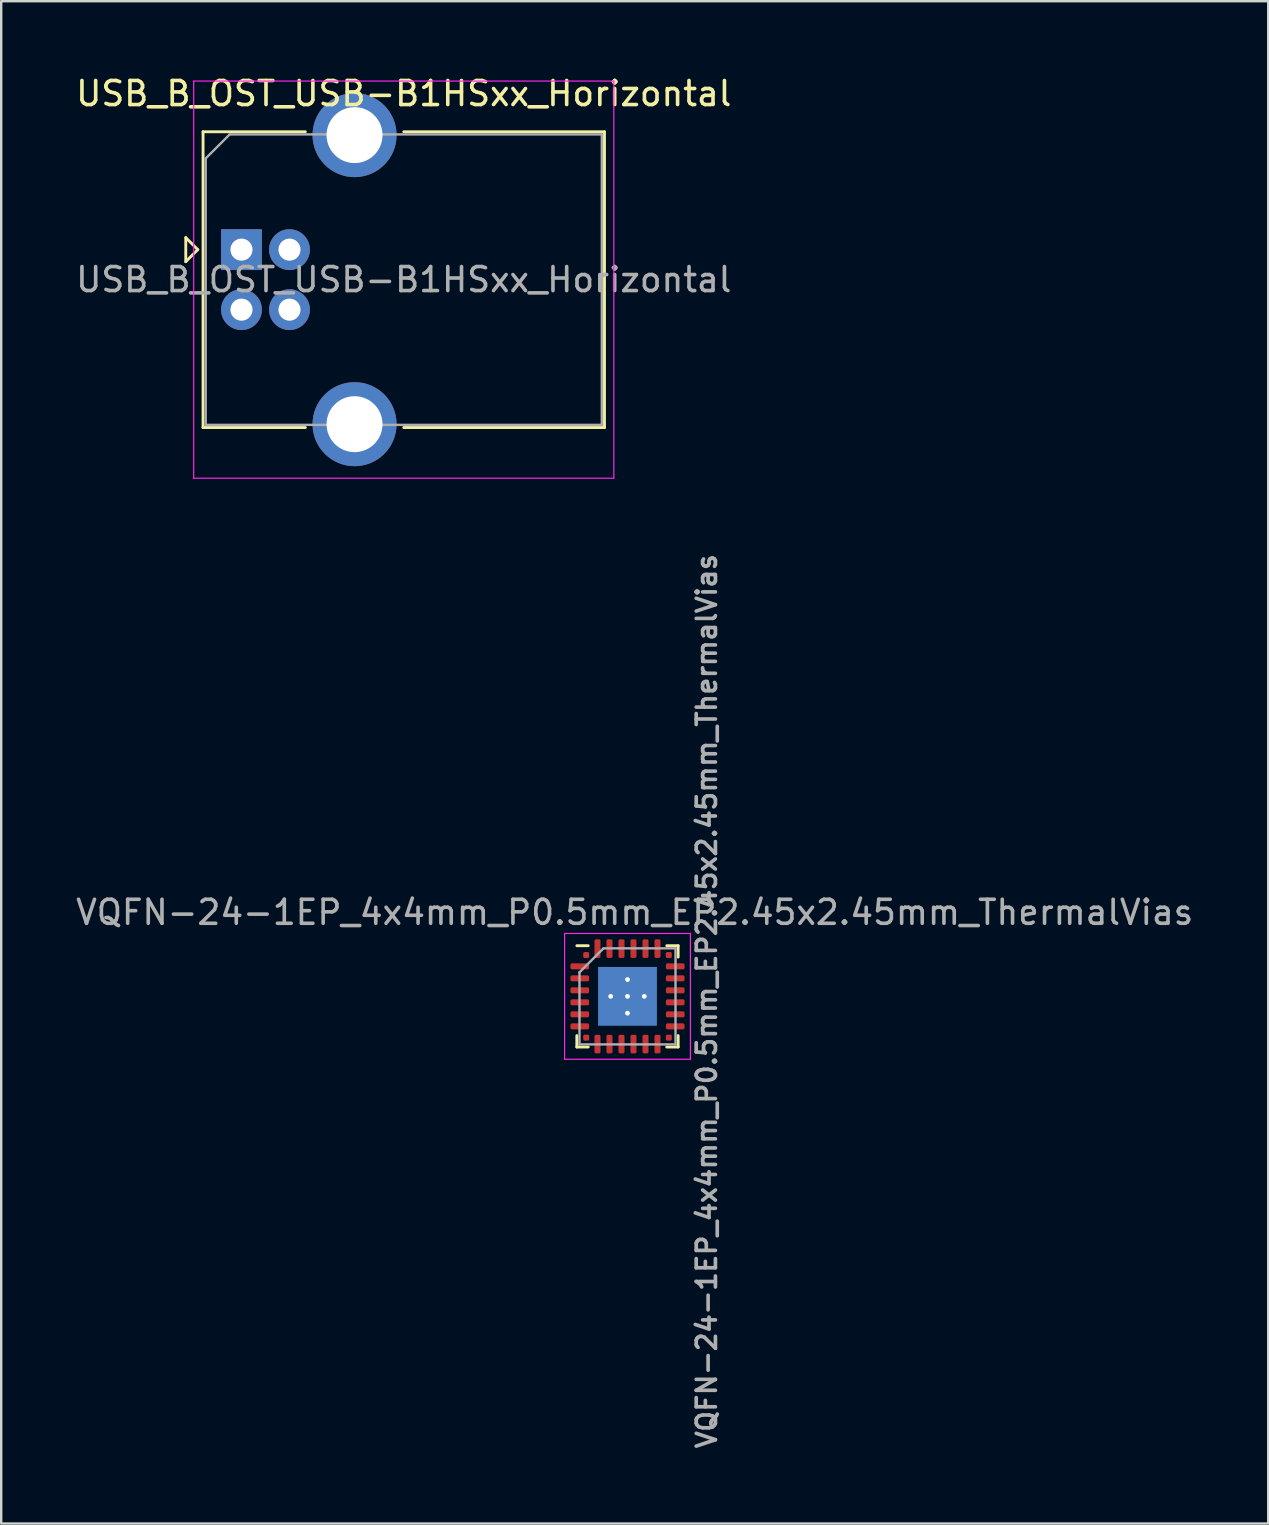
<source format=kicad_pcb>
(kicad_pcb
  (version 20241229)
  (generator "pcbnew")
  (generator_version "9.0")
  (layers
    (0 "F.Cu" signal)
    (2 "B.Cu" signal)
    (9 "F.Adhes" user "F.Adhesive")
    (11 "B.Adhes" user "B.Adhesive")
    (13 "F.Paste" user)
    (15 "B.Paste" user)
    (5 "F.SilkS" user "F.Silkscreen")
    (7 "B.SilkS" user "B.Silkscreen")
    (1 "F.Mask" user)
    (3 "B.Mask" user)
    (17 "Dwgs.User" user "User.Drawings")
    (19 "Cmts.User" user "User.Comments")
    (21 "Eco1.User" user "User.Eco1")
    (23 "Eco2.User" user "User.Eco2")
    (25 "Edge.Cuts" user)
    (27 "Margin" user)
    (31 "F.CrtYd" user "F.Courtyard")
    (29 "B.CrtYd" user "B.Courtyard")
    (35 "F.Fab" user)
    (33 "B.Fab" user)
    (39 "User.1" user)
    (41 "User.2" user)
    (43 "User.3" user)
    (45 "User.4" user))
  (footprint "VQFN-24-1EP_4x4mm_P0.5mm_EP2.45x2.45mm_ThermalVias"
    (layer "F.Cu")
    (at 23.087 38.451)
    (property "Reference" "VQFN-24-1EP_4x4mm_P0.5mm_EP2.45x2.45mm_ThermalVias" (at 3.3 0.2 90) (layer "F.Fab") (effects (font (size 0.8 0.8) (thickness 0.152) (bold yes))))
    (fp_line (start -2.11 2.11) (end -2.11 1.635) (stroke (width 0.12) (type solid)) (layer "F.SilkS"))
    (fp_line (start -1.635 -2.11) (end -2.11 -2.11) (stroke (width 0.12) (type solid)) (layer "F.SilkS"))
    (fp_line (start -1.635 2.11) (end -2.11 2.11) (stroke (width 0.12) (type solid)) (layer "F.SilkS"))
    (fp_line (start 1.635 -2.11) (end 2.11 -2.11) (stroke (width 0.12) (type solid)) (layer "F.SilkS"))
    (fp_line (start 1.635 2.11) (end 2.11 2.11) (stroke (width 0.12) (type solid)) (layer "F.SilkS"))
    (fp_line (start 2.11 -2.11) (end 2.11 -1.635) (stroke (width 0.12) (type solid)) (layer "F.SilkS"))
    (fp_line (start 2.11 2.11) (end 2.11 1.635) (stroke (width 0.12) (type solid)) (layer "F.SilkS"))
    (fp_line (start -2.62 -2.62) (end -2.62 2.62) (stroke (width 0.05) (type solid)) (layer "F.CrtYd"))
    (fp_line (start -2.62 2.62) (end 2.62 2.62) (stroke (width 0.05) (type solid)) (layer "F.CrtYd"))
    (fp_line (start 2.62 -2.62) (end -2.62 -2.62) (stroke (width 0.05) (type solid)) (layer "F.CrtYd"))
    (fp_line (start 2.62 2.62) (end 2.62 -2.62) (stroke (width 0.05) (type solid)) (layer "F.CrtYd"))
    (fp_line (start -2 -1) (end -1 -2) (stroke (width 0.1) (type solid)) (layer "F.Fab"))
    (fp_line (start -2 2) (end -2 -1) (stroke (width 0.1) (type solid)) (layer "F.Fab"))
    (fp_line (start -1 -2) (end 2 -2) (stroke (width 0.1) (type solid)) (layer "F.Fab"))
    (fp_line (start 2 -2) (end 2 2) (stroke (width 0.1) (type solid)) (layer "F.Fab"))
    (fp_line (start 2 2) (end -2 2) (stroke (width 0.1) (type solid)) (layer "F.Fab"))
    (fp_text user "${REFERENCE}" (at 0.3 -3.5 0) (layer "F.Fab") (effects (font (size 1 1) (thickness 0.15))))
    (pad "" smd custom (at -0.487 -0.487) (size 0.756 0.756) (layers "F.Paste") (options (anchor circle)) (primitives (gr_poly (pts (xy 0.301 -0.175) (xy 0.301 0.175) (xy 0.175 0.301) (xy -0.175 0.301) (xy -0.301 0.175) (xy -0.301 -0.175) (xy -0.175 -0.301) (xy 0.175 -0.301)) (width 0.306) (fill yes))))
    (pad "" smd custom (at -0.487 0.487) (size 0.756 0.756) (layers "F.Paste") (options (anchor circle)) (primitives (gr_poly (pts (xy 0.301 -0.175) (xy 0.301 0.175) (xy 0.175 0.301) (xy -0.175 0.301) (xy -0.301 0.175) (xy -0.301 -0.175) (xy -0.175 -0.301) (xy 0.175 -0.301)) (width 0.306) (fill yes))))
    (pad "" smd custom (at 0.487 -0.487) (size 0.756 0.756) (layers "F.Paste") (options (anchor circle)) (primitives (gr_poly (pts (xy 0.301 -0.175) (xy 0.301 0.175) (xy 0.175 0.301) (xy -0.175 0.301) (xy -0.301 0.175) (xy -0.301 -0.175) (xy -0.175 -0.301) (xy 0.175 -0.301)) (width 0.306) (fill yes))))
    (pad "" smd custom (at 0.487 0.487) (size 0.756 0.756) (layers "F.Paste") (options (anchor circle)) (primitives (gr_poly (pts (xy 0.301 -0.175) (xy 0.301 0.175) (xy 0.175 0.301) (xy -0.175 0.301) (xy -0.301 0.175) (xy -0.301 -0.175) (xy -0.175 -0.301) (xy 0.175 -0.301)) (width 0.306) (fill yes))))
    (pad "1" smd roundrect (at -1.988 -1.25) (size 0.775 0.25) (layers "F.Cu" "F.Mask" "F.Paste") (roundrect_rratio 0.25))
    (pad "2" smd roundrect (at -1.988 -0.75) (size 0.775 0.25) (layers "F.Cu" "F.Mask" "F.Paste") (roundrect_rratio 0.25))
    (pad "3" smd roundrect (at -1.988 -0.25) (size 0.775 0.25) (layers "F.Cu" "F.Mask" "F.Paste") (roundrect_rratio 0.25))
    (pad "4" smd roundrect (at -1.988 0.25) (size 0.775 0.25) (layers "F.Cu" "F.Mask" "F.Paste") (roundrect_rratio 0.25))
    (pad "5" smd roundrect (at -1.988 0.75) (size 0.775 0.25) (layers "F.Cu" "F.Mask" "F.Paste") (roundrect_rratio 0.25))
    (pad "6" smd roundrect (at -1.988 1.25) (size 0.775 0.25) (layers "F.Cu" "F.Mask" "F.Paste") (roundrect_rratio 0.25))
    (pad "7" smd roundrect (at -1.25 1.988) (size 0.25 0.775) (layers "F.Cu" "F.Mask" "F.Paste") (roundrect_rratio 0.25))
    (pad "8" smd roundrect (at -0.75 1.988) (size 0.25 0.775) (layers "F.Cu" "F.Mask" "F.Paste") (roundrect_rratio 0.25))
    (pad "9" smd roundrect (at -0.25 1.988) (size 0.25 0.775) (layers "F.Cu" "F.Mask" "F.Paste") (roundrect_rratio 0.25))
    (pad "10" smd roundrect (at 0.25 1.988) (size 0.25 0.775) (layers "F.Cu" "F.Mask" "F.Paste") (roundrect_rratio 0.25))
    (pad "11" smd roundrect (at 0.75 1.988) (size 0.25 0.775) (layers "F.Cu" "F.Mask" "F.Paste") (roundrect_rratio 0.25))
    (pad "12" smd roundrect (at 1.25 1.988) (size 0.25 0.775) (layers "F.Cu" "F.Mask" "F.Paste") (roundrect_rratio 0.25))
    (pad "13" smd roundrect (at 1.988 1.25) (size 0.775 0.25) (layers "F.Cu" "F.Mask" "F.Paste") (roundrect_rratio 0.25))
    (pad "14" smd roundrect (at 1.988 0.75) (size 0.775 0.25) (layers "F.Cu" "F.Mask" "F.Paste") (roundrect_rratio 0.25))
    (pad "15" smd roundrect (at 1.988 0.25) (size 0.775 0.25) (layers "F.Cu" "F.Mask" "F.Paste") (roundrect_rratio 0.25))
    (pad "16" smd roundrect (at 1.988 -0.25) (size 0.775 0.25) (layers "F.Cu" "F.Mask" "F.Paste") (roundrect_rratio 0.25))
    (pad "17" smd roundrect (at 1.988 -0.75) (size 0.775 0.25) (layers "F.Cu" "F.Mask" "F.Paste") (roundrect_rratio 0.25))
    (pad "18" smd roundrect (at 1.988 -1.25) (size 0.775 0.25) (layers "F.Cu" "F.Mask" "F.Paste") (roundrect_rratio 0.25))
    (pad "19" smd roundrect (at 1.25 -1.988) (size 0.25 0.775) (layers "F.Cu" "F.Mask" "F.Paste") (roundrect_rratio 0.25))
    (pad "20" smd roundrect (at 0.75 -1.988) (size 0.25 0.775) (layers "F.Cu" "F.Mask" "F.Paste") (roundrect_rratio 0.25))
    (pad "21" smd roundrect (at 0.25 -1.988) (size 0.25 0.775) (layers "F.Cu" "F.Mask" "F.Paste") (roundrect_rratio 0.25))
    (pad "22" smd roundrect (at -0.25 -1.988) (size 0.25 0.775) (layers "F.Cu" "F.Mask" "F.Paste") (roundrect_rratio 0.25))
    (pad "23" smd roundrect (at -0.75 -1.988) (size 0.25 0.775) (layers "F.Cu" "F.Mask" "F.Paste") (roundrect_rratio 0.25))
    (pad "24" smd roundrect (at -1.25 -1.988) (size 0.25 0.775) (layers "F.Cu" "F.Mask" "F.Paste") (roundrect_rratio 0.25))
    (pad "25" thru_hole circle (at -0.7 0) (size 0.5 0.5) (drill 0.2) (layers "*.Cu"))
    (pad "25" thru_hole circle (at 0 -0.7) (size 0.5 0.5) (drill 0.2) (layers "*.Cu"))
    (pad "25" thru_hole circle (at 0 0) (size 0.5 0.5) (drill 0.2) (layers "*.Cu"))
    (pad "25" smd rect (at 0 0) (size 2.1 2.1) (layers "F.Cu" "F.Mask"))
    (pad "25" smd rect (at 0 0) (size 2.45 2.45) (layers "B.Cu"))
    (pad "25" thru_hole circle (at 0 0.7) (size 0.5 0.5) (drill 0.2) (layers "*.Cu"))
    (pad "25" thru_hole circle (at 0.7 0) (size 0.5 0.5) (drill 0.2) (layers "*.Cu"))
    (pad "A1" smd roundrect (at -1.72 -1.72) (size 0.25 0.25) (layers "F.Cu" "F.Mask" "F.Paste") (roundrect_rratio 0.25))
    (pad "A2" smd roundrect (at -1.72 1.72) (size 0.25 0.25) (layers "F.Cu" "F.Mask" "F.Paste") (roundrect_rratio 0.25))
    (pad "A3" smd roundrect (at 1.72 1.72) (size 0.25 0.25) (layers "F.Cu" "F.Mask" "F.Paste") (roundrect_rratio 0.25))
    (pad "A4" smd roundrect (at 1.72 -1.72) (size 0.25 0.25) (layers "F.Cu" "F.Mask" "F.Paste") (roundrect_rratio 0.25)))
  (footprint "USB_B_OST_USB-B1HSxx_Horizontal"
    (layer "F.Cu")
    (at 7.008 8.618)
    (property "Reference" "USB_B_OST_USB-B1HSxx_Horizontal" (at 6.76 -7.77 0) (layer "F.SilkS") (effects (font (size 1 1) (thickness 0.15))))
    (attr through_hole)
    (fp_line (start -2.32 -1.77) (end -2.32 -0.77) (stroke (width 0.12) (type solid)) (layer "F.SilkS"))
    (fp_line (start -2.32 -0.77) (end -1.82 -1.27) (stroke (width 0.12) (type solid)) (layer "F.SilkS"))
    (fp_line (start -1.82 -1.27) (end -2.32 -1.77) (stroke (width 0.12) (type solid)) (layer "F.SilkS"))
    (fp_line (start -1.6 -6.18) (end -1.6 6.14) (stroke (width 0.12) (type solid)) (layer "F.SilkS"))
    (fp_line (start -1.6 6.14) (end 2.66 6.14) (stroke (width 0.12) (type solid)) (layer "F.SilkS"))
    (fp_line (start 2.66 -6.18) (end -1.6 -6.18) (stroke (width 0.12) (type solid)) (layer "F.SilkS"))
    (fp_line (start 6.76 -6.18) (end 15.12 -6.18) (stroke (width 0.12) (type solid)) (layer "F.SilkS"))
    (fp_line (start 15.12 -6.18) (end 15.12 6.14) (stroke (width 0.12) (type solid)) (layer "F.SilkS"))
    (fp_line (start 15.12 6.14) (end 6.76 6.14) (stroke (width 0.12) (type solid)) (layer "F.SilkS"))
    (fp_line (start -1.99 -8.29) (end -1.99 8.25) (stroke (width 0.05) (type solid)) (layer "F.CrtYd"))
    (fp_line (start -1.99 8.25) (end 15.51 8.25) (stroke (width 0.05) (type solid)) (layer "F.CrtYd"))
    (fp_line (start 15.51 -8.29) (end -1.99 -8.29) (stroke (width 0.05) (type solid)) (layer "F.CrtYd"))
    (fp_line (start 15.51 8.25) (end 15.51 -8.29) (stroke (width 0.05) (type solid)) (layer "F.CrtYd"))
    (fp_line (start -1.49 -5.07) (end -0.49 -6.07) (stroke (width 0.1) (type solid)) (layer "F.Fab"))
    (fp_line (start -1.49 6.03) (end -1.49 -5.07) (stroke (width 0.1) (type solid)) (layer "F.Fab"))
    (fp_line (start -0.49 -6.07) (end 15.01 -6.07) (stroke (width 0.1) (type solid)) (layer "F.Fab"))
    (fp_line (start 15.01 -6.07) (end 15.01 6.03) (stroke (width 0.1) (type solid)) (layer "F.Fab"))
    (fp_line (start 15.01 6.03) (end -1.49 6.03) (stroke (width 0.1) (type solid)) (layer "F.Fab"))
    (fp_text user "${REFERENCE}" (at 6.76 -0.02 0) (layer "F.Fab") (effects (font (size 1 1) (thickness 0.15))))
    (pad "1" thru_hole rect (at 0 -1.27) (size 1.7 1.7) (drill 0.92) (layers "*.Cu" "*.Mask"))
    (pad "2" thru_hole circle (at 0 1.23) (size 1.7 1.7) (drill 0.92) (layers "*.Cu" "*.Mask"))
    (pad "3" thru_hole circle (at 2 1.23) (size 1.7 1.7) (drill 0.92) (layers "*.Cu" "*.Mask"))
    (pad "4" thru_hole circle (at 2 -1.27) (size 1.7 1.7) (drill 0.92) (layers "*.Cu" "*.Mask"))
    (pad "5" thru_hole circle (at 4.71 -6.04) (size 3.5 3.5) (drill 2.33) (layers "*.Cu" "*.Mask"))
    (pad "5" thru_hole circle (at 4.71 6) (size 3.5 3.5) (drill 2.33) (layers "*.Cu" "*.Mask")))
  (gr_rect
    (start -3 -3)
    (end 49.774 60.41)
    (stroke (width 0.1) (type default))
    (fill no)
    (layer "Edge.Cuts")))
</source>
